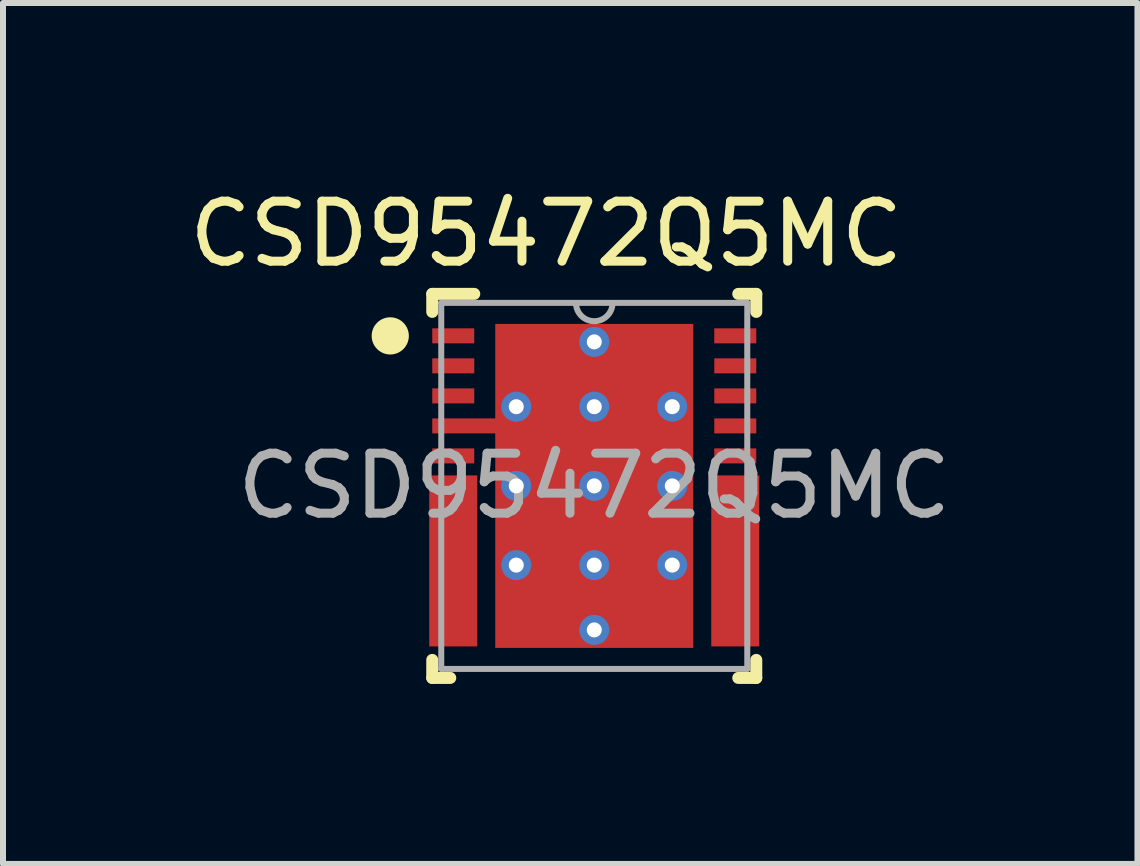
<source format=kicad_pcb>
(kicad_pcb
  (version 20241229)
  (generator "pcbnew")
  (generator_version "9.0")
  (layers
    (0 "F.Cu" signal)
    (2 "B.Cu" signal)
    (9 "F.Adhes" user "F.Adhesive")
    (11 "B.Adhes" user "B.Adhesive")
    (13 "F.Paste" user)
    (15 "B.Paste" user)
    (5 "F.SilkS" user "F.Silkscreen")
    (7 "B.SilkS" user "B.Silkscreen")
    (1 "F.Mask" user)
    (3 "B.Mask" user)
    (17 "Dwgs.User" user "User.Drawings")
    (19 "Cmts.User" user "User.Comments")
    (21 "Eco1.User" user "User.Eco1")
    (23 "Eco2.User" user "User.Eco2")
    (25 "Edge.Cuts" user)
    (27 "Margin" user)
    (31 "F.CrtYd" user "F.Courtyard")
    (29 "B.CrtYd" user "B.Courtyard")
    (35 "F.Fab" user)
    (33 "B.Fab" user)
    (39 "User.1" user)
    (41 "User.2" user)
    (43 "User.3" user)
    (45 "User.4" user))
  (footprint "CSD95472Q5MC"
    (layer "F.Cu")
    (at 6.854 5.048)
    (property "Reference" "CSD95472Q5MC" (at -0.8 -4.2 0) (unlocked yes) (layer "F.SilkS") (effects (font (size 1 1) (thickness 0.15))))
    (attr smd)
    (fp_poly (pts (xy -2.7 2.425) (xy -2.65 2.375) (xy -2.44 2.375) (xy -2.39 2.325) (xy -2.39 2.175) (xy -2.44 2.125) (xy -2.65 2.125) (xy -2.7 2.075) (xy -2.7 1.925) (xy -2.65 1.875) (xy -2.44 1.875) (xy -2.39 1.825) (xy -2.39 1.675) (xy -2.44 1.625) (xy -2.65 1.625) (xy -2.7 1.575) (xy -2.7 1.425) (xy -2.65 1.375) (xy -2.44 1.375) (xy -2.39 1.325) (xy -2.39 1.175) (xy -2.44 1.125) (xy -2.65 1.125) (xy -2.7 1.075) (xy -2.7 0.925) (xy -2.65 0.875) (xy -2.44 0.875) (xy -2.39 0.825) (xy -2.39 0.675) (xy -2.44 0.625) (xy -2.65 0.625) (xy -2.7 0.575) (xy -2.7 0.425) (xy -2.65 0.375) (xy -2.44 0.375) (xy -2.39 0.325) (xy -2.39 0.175) (xy -2.44 0.125) (xy -2.65 0.125) (xy -2.7 0.075) (xy -2.7 -0.075) (xy -2.65 -0.125) (xy -2.05 -0.125) (xy -2 -0.075) (xy -2 2.575) (xy -2.05 2.625) (xy -2.65 2.625) (xy -2.7 2.575)) (stroke (width 0) (type solid)) (fill yes) (layer "F.Mask"))
    (fp_poly (pts (xy 2.7 2.425) (xy 2.65 2.375) (xy 2.44 2.375) (xy 2.39 2.325) (xy 2.39 2.175) (xy 2.44 2.125) (xy 2.65 2.125) (xy 2.7 2.075) (xy 2.7 1.925) (xy 2.65 1.875) (xy 2.44 1.875) (xy 2.39 1.825) (xy 2.39 1.675) (xy 2.44 1.625) (xy 2.65 1.625) (xy 2.7 1.575) (xy 2.7 1.425) (xy 2.65 1.375) (xy 2.44 1.375) (xy 2.39 1.325) (xy 2.39 1.175) (xy 2.44 1.125) (xy 2.65 1.125) (xy 2.7 1.075) (xy 2.7 0.925) (xy 2.65 0.875) (xy 2.44 0.875) (xy 2.39 0.825) (xy 2.39 0.675) (xy 2.44 0.625) (xy 2.65 0.625) (xy 2.7 0.575) (xy 2.7 0.425) (xy 2.65 0.375) (xy 2.44 0.375) (xy 2.39 0.325) (xy 2.39 0.175) (xy 2.44 0.125) (xy 2.65 0.125) (xy 2.7 0.075) (xy 2.7 -0.075) (xy 2.65 -0.125) (xy 2.05 -0.125) (xy 2 -0.075) (xy 2 2.575) (xy 2.05 2.625) (xy 2.65 2.625) (xy 2.7 2.575)) (stroke (width 0) (type solid)) (fill yes) (layer "F.Mask"))
    (fp_line (start -2.7 -3.2) (end -2 -3.2) (stroke (width 0.2) (type solid)) (layer "F.SilkS"))
    (fp_line (start -2.7 -2.9) (end -2.7 -3.2) (stroke (width 0.2) (type solid)) (layer "F.SilkS"))
    (fp_line (start -2.7 3.2) (end -2.7 2.9) (stroke (width 0.2) (type solid)) (layer "F.SilkS"))
    (fp_line (start -2.7 3.2) (end -2.4 3.2) (stroke (width 0.2) (type solid)) (layer "F.SilkS"))
    (fp_line (start 2.4 -3.2) (end 2.7 -3.2) (stroke (width 0.2) (type solid)) (layer "F.SilkS"))
    (fp_line (start 2.4 3.2) (end 2.7 3.2) (stroke (width 0.2) (type solid)) (layer "F.SilkS"))
    (fp_line (start 2.7 -2.9) (end 2.7 -3.2) (stroke (width 0.2) (type solid)) (layer "F.SilkS"))
    (fp_line (start 2.7 3.2) (end 2.7 2.9) (stroke (width 0.2) (type solid)) (layer "F.SilkS"))
    (fp_circle (center -3.4 -2.5) (end -3.15 -2.5) (stroke (width 0.12) (type solid)) (fill yes) (layer "F.SilkS"))
    (fp_poly (pts (xy -0.1 -2.49) (xy -0.1 -1.47) (xy -0.101 -1.461) (xy -0.104 -1.451) (xy -0.108 -1.442) (xy -0.115 -1.435) (xy -0.122 -1.428) (xy -0.131 -1.424) (xy -0.141 -1.421) (xy -0.15 -1.42) (xy -1.46 -1.42) (xy -1.469 -1.421) (xy -1.479 -1.424) (xy -1.488 -1.428) (xy -1.495 -1.435) (xy -1.502 -1.442) (xy -1.506 -1.451) (xy -1.509 -1.461) (xy -1.51 -1.47) (xy -1.51 -2.49) (xy -1.509 -2.499) (xy -1.506 -2.509) (xy -1.502 -2.518) (xy -1.495 -2.525) (xy -1.488 -2.532) (xy -1.479 -2.536) (xy -1.469 -2.539) (xy -1.46 -2.54) (xy -0.15 -2.54) (xy -0.141 -2.539) (xy -0.131 -2.536) (xy -0.122 -2.532) (xy -0.115 -2.525) (xy -0.108 -2.518) (xy -0.104 -2.509) (xy -0.101 -2.499)) (stroke (width 0) (type solid)) (fill yes) (layer "F.Paste"))
    (fp_poly (pts (xy -0.1 -1.17) (xy -0.1 -0.15) (xy -0.101 -0.141) (xy -0.104 -0.131) (xy -0.108 -0.122) (xy -0.115 -0.115) (xy -0.122 -0.108) (xy -0.131 -0.104) (xy -0.141 -0.101) (xy -0.15 -0.1) (xy -1.46 -0.1) (xy -1.469 -0.101) (xy -1.479 -0.104) (xy -1.488 -0.108) (xy -1.495 -0.115) (xy -1.502 -0.122) (xy -1.506 -0.131) (xy -1.509 -0.141) (xy -1.51 -0.15) (xy -1.51 -1.17) (xy -1.509 -1.179) (xy -1.506 -1.189) (xy -1.502 -1.198) (xy -1.495 -1.205) (xy -1.488 -1.212) (xy -1.479 -1.216) (xy -1.469 -1.219) (xy -1.46 -1.22) (xy -0.15 -1.22) (xy -0.141 -1.219) (xy -0.131 -1.216) (xy -0.122 -1.212) (xy -0.115 -1.205) (xy -0.108 -1.198) (xy -0.104 -1.189) (xy -0.101 -1.179)) (stroke (width 0) (type solid)) (fill yes) (layer "F.Paste"))
    (fp_poly (pts (xy -0.1 0.15) (xy -0.1 1.17) (xy -0.101 1.179) (xy -0.104 1.189) (xy -0.108 1.198) (xy -0.115 1.205) (xy -0.122 1.212) (xy -0.131 1.216) (xy -0.141 1.219) (xy -0.15 1.22) (xy -1.46 1.22) (xy -1.469 1.219) (xy -1.479 1.216) (xy -1.488 1.212) (xy -1.495 1.205) (xy -1.502 1.198) (xy -1.506 1.189) (xy -1.509 1.179) (xy -1.51 1.17) (xy -1.51 0.15) (xy -1.509 0.141) (xy -1.506 0.131) (xy -1.502 0.122) (xy -1.495 0.115) (xy -1.488 0.108) (xy -1.479 0.104) (xy -1.469 0.101) (xy -1.46 0.1) (xy -0.15 0.1) (xy -0.141 0.101) (xy -0.131 0.104) (xy -0.122 0.108) (xy -0.115 0.115) (xy -0.108 0.122) (xy -0.104 0.131) (xy -0.101 0.141)) (stroke (width 0) (type solid)) (fill yes) (layer "F.Paste"))
    (fp_poly (pts (xy -0.1 1.47) (xy -0.1 2.49) (xy -0.101 2.499) (xy -0.104 2.509) (xy -0.108 2.518) (xy -0.115 2.525) (xy -0.122 2.532) (xy -0.131 2.536) (xy -0.141 2.539) (xy -0.15 2.54) (xy -1.46 2.54) (xy -1.469 2.539) (xy -1.479 2.536) (xy -1.488 2.532) (xy -1.495 2.525) (xy -1.502 2.518) (xy -1.506 2.509) (xy -1.509 2.499) (xy -1.51 2.49) (xy -1.51 1.47) (xy -1.509 1.461) (xy -1.506 1.451) (xy -1.502 1.442) (xy -1.495 1.435) (xy -1.488 1.428) (xy -1.479 1.424) (xy -1.469 1.421) (xy -1.46 1.42) (xy -0.15 1.42) (xy -0.141 1.421) (xy -0.131 1.424) (xy -0.122 1.428) (xy -0.115 1.435) (xy -0.108 1.442) (xy -0.104 1.451) (xy -0.101 1.461)) (stroke (width 0) (type solid)) (fill yes) (layer "F.Paste"))
    (fp_poly (pts (xy 0.1 -1.47) (xy 0.1 -2.49) (xy 0.101 -2.499) (xy 0.104 -2.509) (xy 0.108 -2.518) (xy 0.115 -2.525) (xy 0.122 -2.532) (xy 0.131 -2.536) (xy 0.141 -2.539) (xy 0.15 -2.54) (xy 1.46 -2.54) (xy 1.469 -2.539) (xy 1.479 -2.536) (xy 1.488 -2.532) (xy 1.495 -2.525) (xy 1.502 -2.518) (xy 1.506 -2.509) (xy 1.509 -2.499) (xy 1.51 -2.49) (xy 1.51 -1.47) (xy 1.509 -1.461) (xy 1.506 -1.451) (xy 1.502 -1.442) (xy 1.495 -1.435) (xy 1.488 -1.428) (xy 1.479 -1.424) (xy 1.469 -1.421) (xy 1.46 -1.42) (xy 0.15 -1.42) (xy 0.141 -1.421) (xy 0.131 -1.424) (xy 0.122 -1.428) (xy 0.115 -1.435) (xy 0.108 -1.442) (xy 0.104 -1.451) (xy 0.101 -1.461)) (stroke (width 0) (type solid)) (fill yes) (layer "F.Paste"))
    (fp_poly (pts (xy 0.1 -0.15) (xy 0.1 -1.17) (xy 0.101 -1.179) (xy 0.104 -1.189) (xy 0.108 -1.198) (xy 0.115 -1.205) (xy 0.122 -1.212) (xy 0.131 -1.216) (xy 0.141 -1.219) (xy 0.15 -1.22) (xy 1.46 -1.22) (xy 1.469 -1.219) (xy 1.479 -1.216) (xy 1.488 -1.212) (xy 1.495 -1.205) (xy 1.502 -1.198) (xy 1.506 -1.189) (xy 1.509 -1.179) (xy 1.51 -1.17) (xy 1.51 -0.15) (xy 1.509 -0.141) (xy 1.506 -0.131) (xy 1.502 -0.122) (xy 1.495 -0.115) (xy 1.488 -0.108) (xy 1.479 -0.104) (xy 1.469 -0.101) (xy 1.46 -0.1) (xy 0.15 -0.1) (xy 0.141 -0.101) (xy 0.131 -0.104) (xy 0.122 -0.108) (xy 0.115 -0.115) (xy 0.108 -0.122) (xy 0.104 -0.131) (xy 0.101 -0.141)) (stroke (width 0) (type solid)) (fill yes) (layer "F.Paste"))
    (fp_poly (pts (xy 0.1 1.17) (xy 0.1 0.15) (xy 0.101 0.141) (xy 0.104 0.131) (xy 0.108 0.122) (xy 0.115 0.115) (xy 0.122 0.108) (xy 0.131 0.104) (xy 0.141 0.101) (xy 0.15 0.1) (xy 1.46 0.1) (xy 1.469 0.101) (xy 1.479 0.104) (xy 1.488 0.108) (xy 1.495 0.115) (xy 1.502 0.122) (xy 1.506 0.131) (xy 1.509 0.141) (xy 1.51 0.15) (xy 1.51 1.17) (xy 1.509 1.179) (xy 1.506 1.189) (xy 1.502 1.198) (xy 1.495 1.205) (xy 1.488 1.212) (xy 1.479 1.216) (xy 1.469 1.219) (xy 1.46 1.22) (xy 0.15 1.22) (xy 0.141 1.219) (xy 0.131 1.216) (xy 0.122 1.212) (xy 0.115 1.205) (xy 0.108 1.198) (xy 0.104 1.189) (xy 0.101 1.179)) (stroke (width 0) (type solid)) (fill yes) (layer "F.Paste"))
    (fp_poly (pts (xy 0.1 2.49) (xy 0.1 1.47) (xy 0.101 1.461) (xy 0.104 1.451) (xy 0.108 1.442) (xy 0.115 1.435) (xy 0.122 1.428) (xy 0.131 1.424) (xy 0.141 1.421) (xy 0.15 1.42) (xy 1.46 1.42) (xy 1.469 1.421) (xy 1.479 1.424) (xy 1.488 1.428) (xy 1.495 1.435) (xy 1.502 1.442) (xy 1.506 1.451) (xy 1.509 1.461) (xy 1.51 1.47) (xy 1.51 2.49) (xy 1.509 2.499) (xy 1.506 2.509) (xy 1.502 2.518) (xy 1.495 2.525) (xy 1.488 2.532) (xy 1.479 2.536) (xy 1.469 2.539) (xy 1.46 2.54) (xy 0.15 2.54) (xy 0.141 2.539) (xy 0.131 2.536) (xy 0.122 2.532) (xy 0.115 2.525) (xy 0.108 2.518) (xy 0.104 2.509) (xy 0.101 2.499)) (stroke (width 0) (type solid)) (fill yes) (layer "F.Paste"))
    (fp_poly (pts (xy -2.7 2.425) (xy -2.65 2.375) (xy -2.44 2.375) (xy -2.39 2.325) (xy -2.39 2.175) (xy -2.44 2.125) (xy -2.65 2.125) (xy -2.7 2.075) (xy -2.7 1.925) (xy -2.65 1.875) (xy -2.44 1.875) (xy -2.39 1.825) (xy -2.39 1.675) (xy -2.44 1.625) (xy -2.65 1.625) (xy -2.7 1.575) (xy -2.7 1.425) (xy -2.65 1.375) (xy -2.44 1.375) (xy -2.39 1.325) (xy -2.39 1.175) (xy -2.44 1.125) (xy -2.65 1.125) (xy -2.7 1.075) (xy -2.7 0.925) (xy -2.65 0.875) (xy -2.44 0.875) (xy -2.39 0.825) (xy -2.39 0.675) (xy -2.44 0.625) (xy -2.65 0.625) (xy -2.7 0.575) (xy -2.7 0.425) (xy -2.65 0.375) (xy -2.44 0.375) (xy -2.39 0.325) (xy -2.39 0.175) (xy -2.44 0.125) (xy -2.65 0.125) (xy -2.7 0.075) (xy -2.7 -0.075) (xy -2.65 -0.125) (xy -2.05 -0.125) (xy -2 -0.075) (xy -2 2.575) (xy -2.05 2.625) (xy -2.65 2.625) (xy -2.7 2.575)) (stroke (width 0) (type solid)) (fill yes) (layer "F.Paste"))
    (fp_poly (pts (xy 2.7 2.425) (xy 2.65 2.375) (xy 2.44 2.375) (xy 2.39 2.325) (xy 2.39 2.175) (xy 2.44 2.125) (xy 2.65 2.125) (xy 2.7 2.075) (xy 2.7 1.925) (xy 2.65 1.875) (xy 2.44 1.875) (xy 2.39 1.825) (xy 2.39 1.675) (xy 2.44 1.625) (xy 2.65 1.625) (xy 2.7 1.575) (xy 2.7 1.425) (xy 2.65 1.375) (xy 2.44 1.375) (xy 2.39 1.325) (xy 2.39 1.175) (xy 2.44 1.125) (xy 2.65 1.125) (xy 2.7 1.075) (xy 2.7 0.925) (xy 2.65 0.875) (xy 2.44 0.875) (xy 2.39 0.825) (xy 2.39 0.675) (xy 2.44 0.625) (xy 2.65 0.625) (xy 2.7 0.575) (xy 2.7 0.425) (xy 2.65 0.375) (xy 2.44 0.375) (xy 2.39 0.325) (xy 2.39 0.175) (xy 2.44 0.125) (xy 2.65 0.125) (xy 2.7 0.075) (xy 2.7 -0.075) (xy 2.65 -0.125) (xy 2.05 -0.125) (xy 2 -0.075) (xy 2 2.575) (xy 2.05 2.625) (xy 2.65 2.625) (xy 2.7 2.575)) (stroke (width 0) (type solid)) (fill yes) (layer "F.Paste"))
    (fp_line (start -2.55 -3.05) (end 2.55 -3.05) (stroke (width 0.1) (type solid)) (layer "F.Fab"))
    (fp_line (start -2.55 3.05) (end -2.55 -3.05) (stroke (width 0.1) (type solid)) (layer "F.Fab"))
    (fp_line (start -2.55 3.05) (end 2.55 3.05) (stroke (width 0.1) (type solid)) (layer "F.Fab"))
    (fp_line (start 2.55 3.05) (end 2.55 -3.05) (stroke (width 0.1) (type solid)) (layer "F.Fab"))
    (fp_arc (start 0.3048 -3.050032) (mid 0 -2.745232) (end -0.3048 -3.050032) (stroke (width 0.1) (type solid)) (layer "F.Fab"))
    (fp_text user "${REFERENCE}" (at 0 0 0) (unlocked yes) (layer "F.Fab") (effects (font (size 1 1) (thickness 0.15))))
    (pad "1" smd rect (at -2.35 -2.501) (size 0.7 0.25) (layers "F.Cu" "F.Mask" "F.Paste"))
    (pad "2" smd rect (at -2.35 -2.001) (size 0.7 0.25) (layers "F.Cu" "F.Mask" "F.Paste"))
    (pad "3" smd rect (at -2.35 -1.5) (size 0.7 0.25) (layers "F.Cu" "F.Mask" "F.Paste"))
    (pad "4" smd rect (at -2.15 -1) (size 1.1 0.25) (layers "F.Cu" "F.Mask" "F.Paste"))
    (pad "4" thru_hole circle (at -1.3 -1.32) (size 0.5 0.5) (drill 0.25) (layers "*.Cu" "*.Mask"))
    (pad "4" thru_hole circle (at -1.3 0) (size 0.5 0.5) (drill 0.25) (layers "*.Cu" "*.Mask"))
    (pad "4" thru_hole circle (at -1.3 1.32) (size 0.5 0.5) (drill 0.25) (layers "*.Cu" "*.Mask"))
    (pad "4" thru_hole circle (at 0 -2.4) (size 0.5 0.5) (drill 0.25) (layers "*.Cu" "*.Mask"))
    (pad "4" smd rect (at 0 0) (size 3.3 5.4) (layers "F.Cu" "F.Mask"))
    (pad "4" thru_hole circle (at 0.000003 -1.32) (size 0.5 0.5) (drill 0.25) (layers "*.Cu" "*.Mask"))
    (pad "4" thru_hole circle (at 0.000003 0) (size 0.5 0.5) (drill 0.25) (layers "*.Cu" "*.Mask"))
    (pad "4" thru_hole circle (at 0.000003 2.4) (size 0.5 0.5) (drill 0.25) (layers "*.Cu" "*.Mask"))
    (pad "4" thru_hole circle (at 0.000005 1.32) (size 0.5 0.5) (drill 0.25) (layers "*.Cu" "*.Mask"))
    (pad "4" thru_hole circle (at 1.3 -1.32) (size 0.5 0.5) (drill 0.25) (layers "*.Cu" "*.Mask"))
    (pad "4" thru_hole circle (at 1.3 0) (size 0.5 0.5) (drill 0.25) (layers "*.Cu" "*.Mask"))
    (pad "4" thru_hole circle (at 1.3 1.32) (size 0.5 0.5) (drill 0.25) (layers "*.Cu" "*.Mask"))
    (pad "5" smd rect (at -2.35 -0.5) (size 0.7 0.25) (layers "F.Cu" "F.Mask" "F.Paste"))
    (pad "6" smd rect (at -2.35 1.25) (size 0.8 2.85) (layers "F.Cu" "F.Mask" "F.Paste"))
    (pad "7" smd rect (at 2.35 1.25) (size 0.8 2.85) (layers "F.Cu" "F.Mask" "F.Paste"))
    (pad "8" smd rect (at 2.35 -0.5) (size 0.7 0.25) (layers "F.Cu" "F.Mask" "F.Paste"))
    (pad "9" smd rect (at 2.35 -1) (size 0.7 0.25) (layers "F.Cu" "F.Mask" "F.Paste"))
    (pad "10" smd rect (at 2.35 -1.5) (size 0.7 0.25) (layers "F.Cu" "F.Mask" "F.Paste"))
    (pad "11" smd rect (at 2.35 -2.001) (size 0.7 0.25) (layers "F.Cu" "F.Mask" "F.Paste"))
    (pad "12" smd rect (at 2.35 -2.501) (size 0.7 0.25) (layers "F.Cu" "F.Mask" "F.Paste")))
  (gr_rect
    (start -3 -3)
    (end 15.907 11.348)
    (stroke (width 0.1) (type default))
    (fill no)
    (layer "Edge.Cuts")))
</source>
